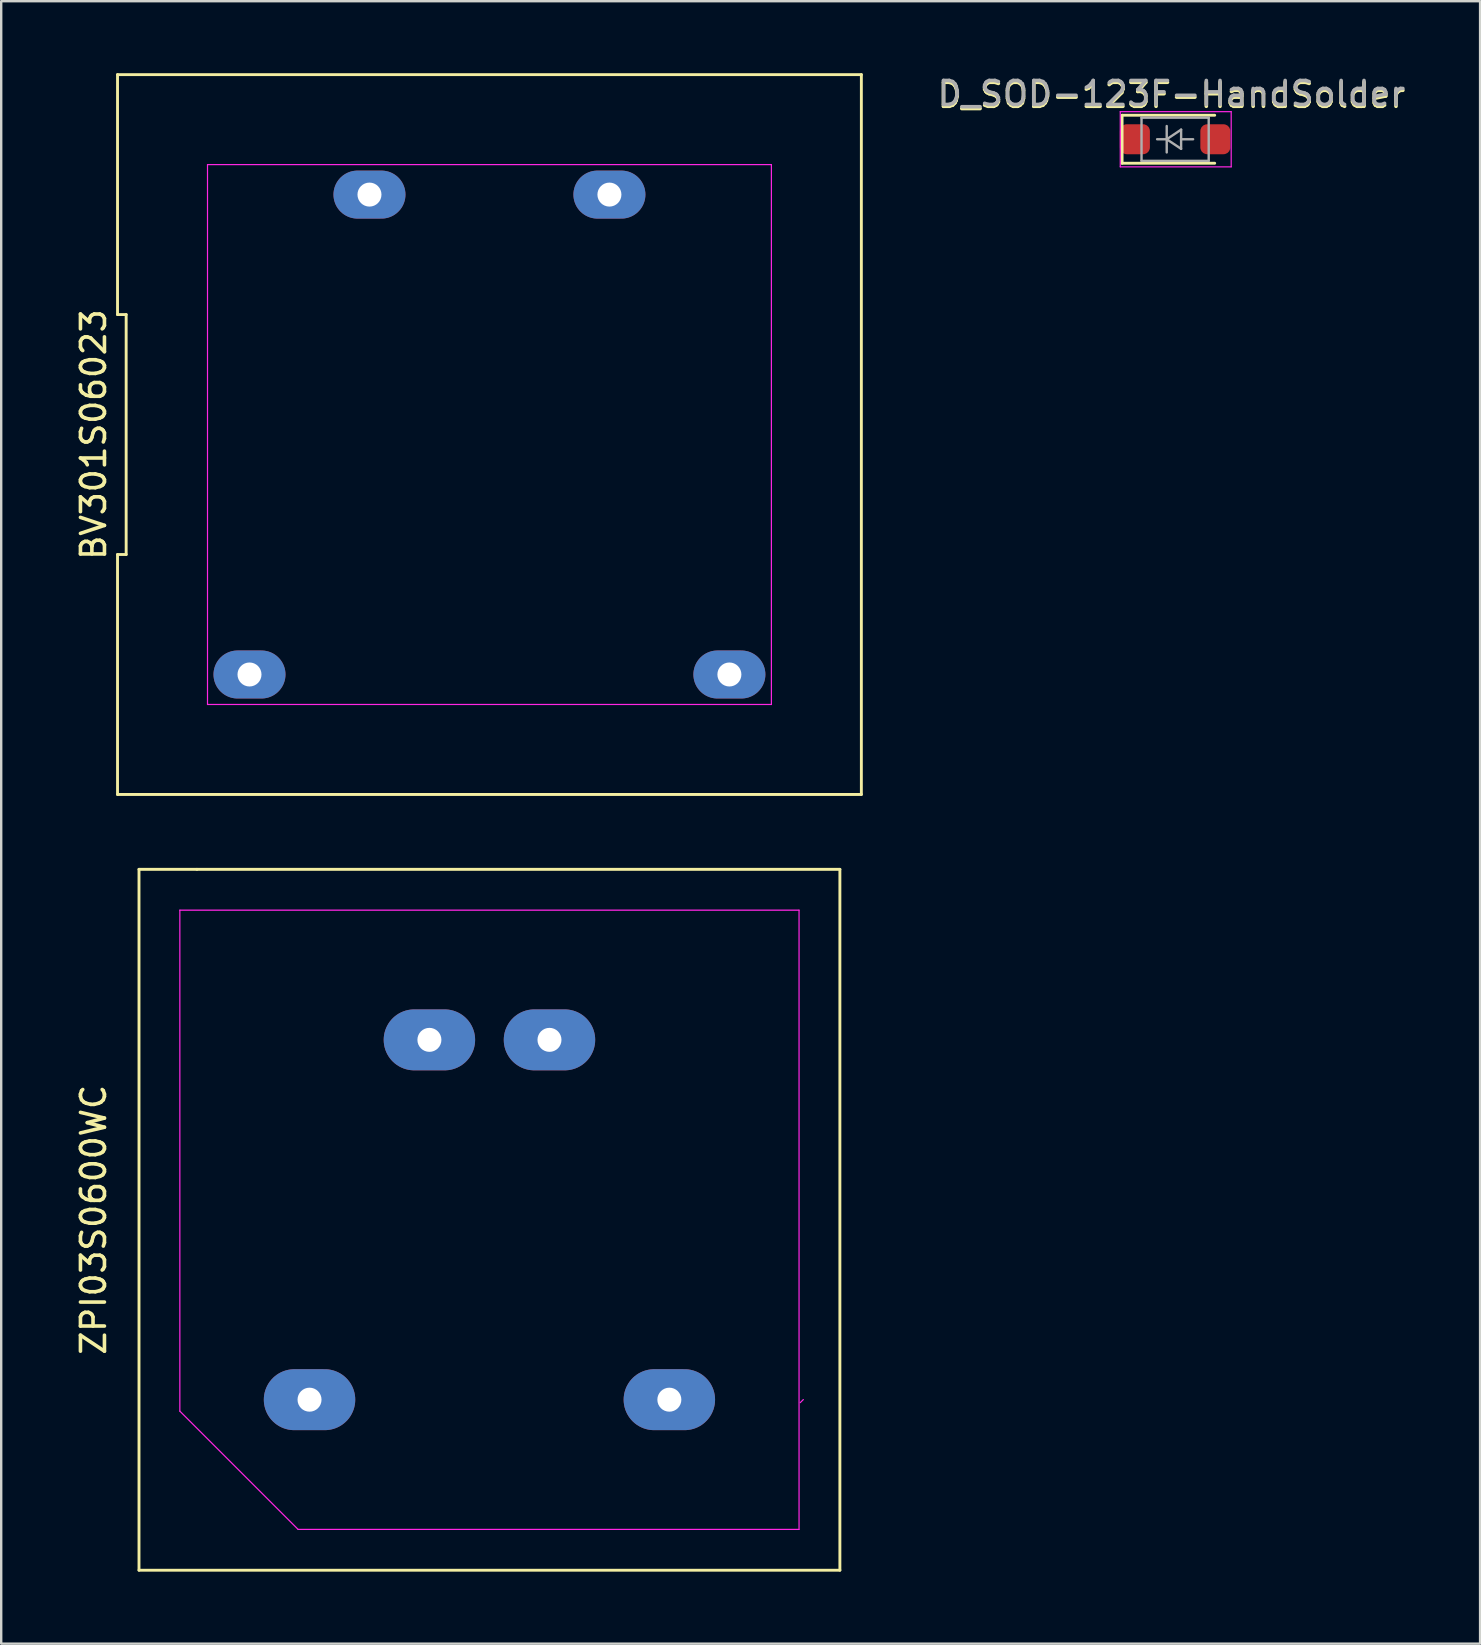
<source format=kicad_pcb>
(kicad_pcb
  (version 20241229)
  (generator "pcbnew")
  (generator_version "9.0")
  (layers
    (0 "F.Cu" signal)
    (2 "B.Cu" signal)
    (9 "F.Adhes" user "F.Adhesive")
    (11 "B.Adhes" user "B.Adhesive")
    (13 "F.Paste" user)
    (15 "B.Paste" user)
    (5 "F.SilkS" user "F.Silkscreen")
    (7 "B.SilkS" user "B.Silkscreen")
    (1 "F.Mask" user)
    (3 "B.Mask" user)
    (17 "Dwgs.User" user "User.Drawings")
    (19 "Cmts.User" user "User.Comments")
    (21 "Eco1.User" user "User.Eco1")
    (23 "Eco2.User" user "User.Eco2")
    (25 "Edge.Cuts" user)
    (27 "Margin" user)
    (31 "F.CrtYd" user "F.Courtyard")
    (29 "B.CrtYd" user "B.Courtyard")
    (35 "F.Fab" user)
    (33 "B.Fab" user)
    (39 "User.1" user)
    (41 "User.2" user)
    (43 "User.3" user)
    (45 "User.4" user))
  (footprint "D_SOD-123F-HandSolder"
    (layer "F.Cu")
    (at 45.924 2.753)
    (property "Reference" "D_SOD-123F-HandSolder" (at -0.152 -1.829 0) (layer "F.SilkS") (effects (font (size 1 1) (thickness 0.15))))
    (attr smd)
    (fp_line (start -2.21 -1) (end -2.21 1) (stroke (width 0.12) (type solid)) (layer "F.SilkS"))
    (fp_line (start -2.21 -1) (end 1.65 -1) (stroke (width 0.12) (type solid)) (layer "F.SilkS"))
    (fp_line (start -2.21 1) (end 1.65 1) (stroke (width 0.12) (type solid)) (layer "F.SilkS"))
    (fp_line (start -2.286 -1.15) (end -2.286 1.15) (stroke (width 0.05) (type solid)) (layer "F.CrtYd"))
    (fp_line (start -2.286 1.15) (end 2.337 1.15) (stroke (width 0.05) (type default)) (layer "F.CrtYd"))
    (fp_line (start 2.337 -1.15) (end -2.286 -1.15) (stroke (width 0.05) (type default)) (layer "F.CrtYd"))
    (fp_line (start 2.337 -1.15) (end 2.337 1.15) (stroke (width 0.05) (type solid)) (layer "F.CrtYd"))
    (fp_line (start -1.4 -0.9) (end 1.4 -0.9) (stroke (width 0.1) (type solid)) (layer "F.Fab"))
    (fp_line (start -1.4 0.9) (end -1.4 -0.9) (stroke (width 0.1) (type solid)) (layer "F.Fab"))
    (fp_line (start -0.75 0) (end -0.35 0) (stroke (width 0.1) (type solid)) (layer "F.Fab"))
    (fp_line (start -0.35 0) (end -0.35 -0.55) (stroke (width 0.1) (type solid)) (layer "F.Fab"))
    (fp_line (start -0.35 0) (end -0.35 0.55) (stroke (width 0.1) (type solid)) (layer "F.Fab"))
    (fp_line (start -0.35 0) (end 0.25 -0.4) (stroke (width 0.1) (type solid)) (layer "F.Fab"))
    (fp_line (start 0.25 -0.4) (end 0.25 0.4) (stroke (width 0.1) (type solid)) (layer "F.Fab"))
    (fp_line (start 0.25 0) (end 0.75 0) (stroke (width 0.1) (type solid)) (layer "F.Fab"))
    (fp_line (start 0.25 0.4) (end -0.35 0) (stroke (width 0.1) (type solid)) (layer "F.Fab"))
    (fp_line (start 1.4 -0.9) (end 1.4 0.9) (stroke (width 0.1) (type solid)) (layer "F.Fab"))
    (fp_line (start 1.4 0.9) (end -1.4 0.9) (stroke (width 0.1) (type solid)) (layer "F.Fab"))
    (fp_text user "${REFERENCE}" (at -0.152 -1.905 0) (layer "F.Fab") (effects (font (size 1 1) (thickness 0.15))))
    (pad "1" smd roundrect (at -1.676 0) (size 1.25 1.25) (layers "F.Cu" "F.Mask" "F.Paste") (roundrect_rratio 0.227))
    (pad "2" smd roundrect (at 1.676 0) (size 1.25 1.25) (layers "F.Cu" "F.Mask" "F.Paste") (roundrect_rratio 0.227)))
  (footprint "BV301S06023"
    (layer "F.Cu")
    (at 17.348 15.06)
    (property "Reference" "BV301S06023" (at -16.5 0 90) (unlocked yes) (layer "F.SilkS") (effects (font (size 1 1) (thickness 0.15))))
    (attr through_hole)
    (fp_line (start -15.5 -15) (end -15.5 -5) (stroke (width 0.12) (type default)) (layer "F.SilkS"))
    (fp_line (start -15.5 -5) (end -15.14 -5) (stroke (width 0.12) (type default)) (layer "F.SilkS"))
    (fp_line (start -15.5 5) (end -15.5 15) (stroke (width 0.12) (type default)) (layer "F.SilkS"))
    (fp_line (start -15.5 15) (end 15.5 15) (stroke (width 0.12) (type default)) (layer "F.SilkS"))
    (fp_line (start -15.14 -5) (end -15.14 5) (stroke (width 0.12) (type default)) (layer "F.SilkS"))
    (fp_line (start -15.14 5) (end -15.5 5) (stroke (width 0.12) (type default)) (layer "F.SilkS"))
    (fp_line (start 15.5 -15) (end -15.5 -15) (stroke (width 0.12) (type default)) (layer "F.SilkS"))
    (fp_line (start 15.5 15) (end 15.5 -15) (stroke (width 0.12) (type default)) (layer "F.SilkS"))
    (fp_line (start -11.75 -11.25) (end 11.75 -11.25) (stroke (width 0.05) (type default)) (layer "F.CrtYd"))
    (fp_line (start -11.75 11.25) (end -11.75 -11.25) (stroke (width 0.05) (type default)) (layer "F.CrtYd"))
    (fp_line (start 11.75 -11.25) (end 11.75 11.25) (stroke (width 0.05) (type default)) (layer "F.CrtYd"))
    (fp_line (start 11.75 11.25) (end -11.75 11.25) (stroke (width 0.05) (type default)) (layer "F.CrtYd"))
    (pad "1" thru_hole oval (at -10 10) (size 3 2) (drill 1) (layers "*.Cu" "*.Mask"))
    (pad "5" thru_hole oval (at 10 10) (size 3 2) (drill 1) (layers "*.Cu" "*.Mask"))
    (pad "7" thru_hole oval (at 5 -10) (size 3 2) (drill 1) (layers "*.Cu" "*.Mask"))
    (pad "9" thru_hole oval (at -5 -10) (size 3 2) (drill 1) (layers "*.Cu" "*.Mask")))
  (footprint "ZPI03S0600WC"
    (layer "F.Cu")
    (at 17.348 47.785)
    (property "Reference" "ZPI03S0600WC" (at -16.5 0 90) (unlocked yes) (layer "F.SilkS") (effects (font (size 1 1) (thickness 0.15))))
    (attr through_hole)
    (fp_line (start -14.605 -14.605) (end -14.605 14.605) (stroke (width 0.12) (type default)) (layer "F.SilkS"))
    (fp_line (start -14.605 14.605) (end 14.605 14.605) (stroke (width 0.12) (type default)) (layer "F.SilkS"))
    (fp_line (start -12.192 -14.605) (end -14.605 -14.605) (stroke (width 0.12) (type default)) (layer "F.SilkS"))
    (fp_line (start 14.605 -14.605) (end -12.192 -14.605) (stroke (width 0.12) (type default)) (layer "F.SilkS"))
    (fp_line (start 14.605 14.605) (end 14.605 -14.605) (stroke (width 0.12) (type default)) (layer "F.SilkS"))
    (fp_line (start -12.903 -12.903) (end -12.903 7.976) (stroke (width 0.05) (type default)) (layer "F.CrtYd"))
    (fp_line (start -12.903 -12.903) (end 12.903 -12.903) (stroke (width 0.05) (type default)) (layer "F.CrtYd"))
    (fp_line (start -12.903 7.976) (end -7.976 12.903) (stroke (width 0.05) (type default)) (layer "F.CrtYd"))
    (fp_line (start 12.903 -12.903) (end 12.903 12.903) (stroke (width 0.05) (type default)) (layer "F.CrtYd"))
    (fp_line (start 12.903 12.903) (end -7.976 12.903) (stroke (width 0.05) (type default)) (layer "F.CrtYd"))
    (fp_line (start 13.081 7.493) (end 12.954 7.62) (stroke (width 0.05) (type default)) (layer "F.CrtYd"))
    (pad "1" thru_hole oval (at 7.498 7.498) (size 3.81 2.54) (drill 1) (layers "*.Cu" "*.Mask"))
    (pad "2" thru_hole oval (at -7.498 7.498) (size 3.81 2.54) (drill 1) (layers "*.Cu" "*.Mask"))
    (pad "3" thru_hole oval (at 2.502 -7.498) (size 3.81 2.54) (drill 1) (layers "*.Cu" "*.Mask"))
    (pad "4" thru_hole oval (at -2.502 -7.498) (size 3.81 2.54) (drill 1) (layers "*.Cu" "*.Mask")))
  (gr_rect
    (start -3 -3)
    (end 58.634 65.45)
    (stroke (width 0.1) (type default))
    (fill no)
    (layer "Edge.Cuts")))
</source>
